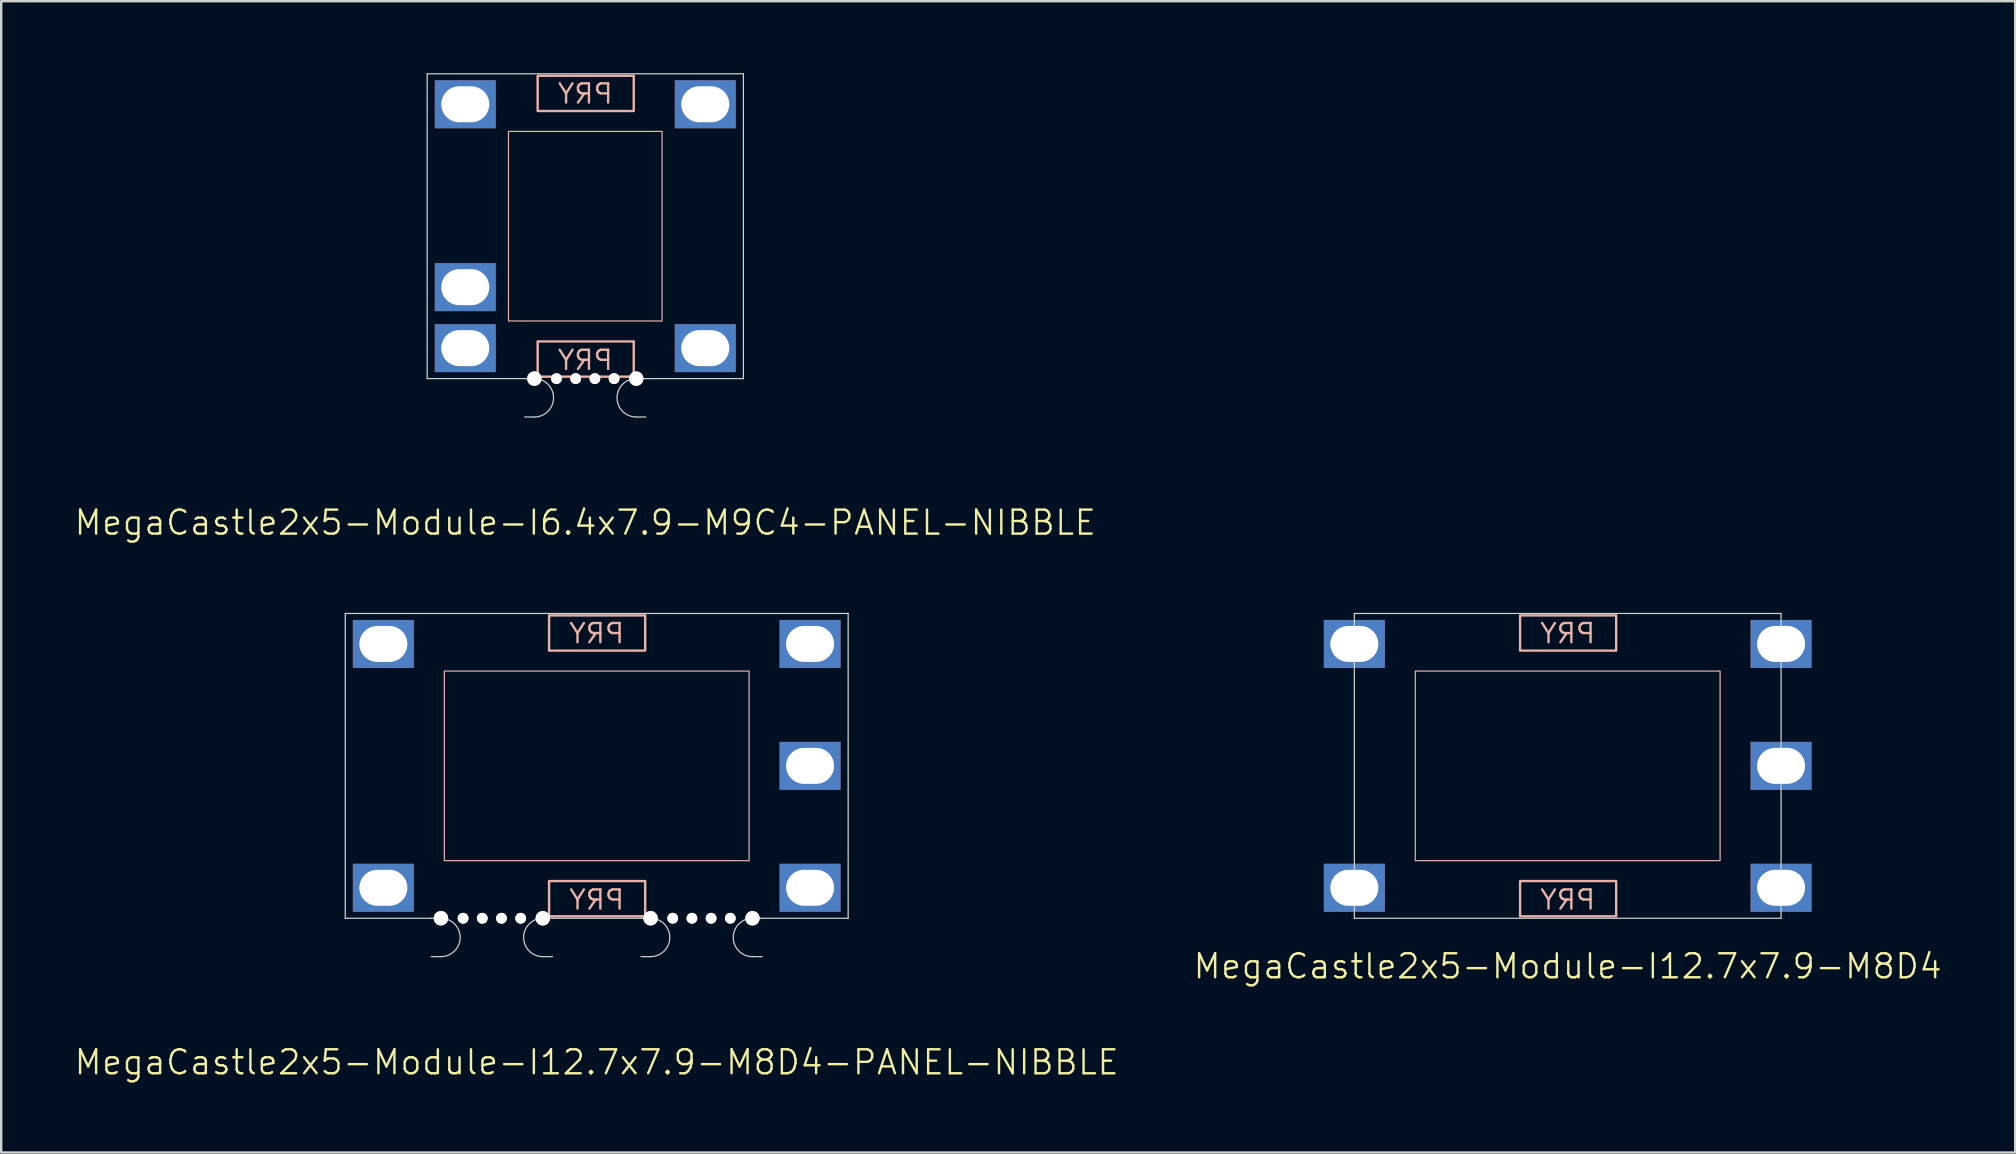
<source format=kicad_pcb>
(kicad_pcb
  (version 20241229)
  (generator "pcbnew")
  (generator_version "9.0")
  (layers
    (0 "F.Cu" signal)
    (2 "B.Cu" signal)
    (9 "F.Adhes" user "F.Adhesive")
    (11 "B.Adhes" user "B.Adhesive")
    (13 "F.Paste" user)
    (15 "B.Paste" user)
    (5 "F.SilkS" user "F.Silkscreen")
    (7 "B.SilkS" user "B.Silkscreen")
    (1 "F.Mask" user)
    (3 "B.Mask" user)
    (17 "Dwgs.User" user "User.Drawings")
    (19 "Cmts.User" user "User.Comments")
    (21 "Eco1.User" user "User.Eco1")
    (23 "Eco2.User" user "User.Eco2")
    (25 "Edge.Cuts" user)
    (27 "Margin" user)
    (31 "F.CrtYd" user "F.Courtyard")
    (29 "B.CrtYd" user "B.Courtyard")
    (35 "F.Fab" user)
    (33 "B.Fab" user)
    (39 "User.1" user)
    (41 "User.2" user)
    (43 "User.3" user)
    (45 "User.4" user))
  (footprint "MegaCastle2x5-Module-I12.7x7.9-M8D4-PANEL-NIBBLE"
    (layer "F.Cu")
    (at 21.812 28.86)
    (property "Reference" "MegaCastle2x5-Module-I12.7x7.9-M8D4-PANEL-NIBBLE" (at 0 12.35 0) (unlocked yes) (layer "F.SilkS") (effects (font (size 1 1) (thickness 0.1))))
    (attr smd)
    (fp_rect (start -6.35 3.95) (end 6.35 -3.95) (stroke (width 0.05) (type default)) (fill no) (layer "B.SilkS"))
    (fp_rect (start -1.984 -4.801) (end 2.02 -6.27) (stroke (width 0.1) (type default)) (fill no) (layer "B.SilkS"))
    (fp_rect (start -1.984 4.801) (end 2.02 6.27) (stroke (width 0.1) (type default)) (fill no) (layer "B.SilkS"))
    (fp_line (start -10.477 -6.35) (end -10.477 6.35) (stroke (width 0.05) (type default)) (layer "Edge.Cuts"))
    (fp_line (start -10.477 -6.35) (end 10.477 -6.35) (stroke (width 0.05) (type default)) (layer "Edge.Cuts"))
    (fp_line (start -10.477 6.35) (end -6.89 6.35) (stroke (width 0.05) (type default)) (layer "Edge.Cuts"))
    (fp_line (start -6.89 6.35) (end -6.49 6.35) (stroke (width 0.05) (type default)) (layer "Edge.Cuts"))
    (fp_line (start -6.89 7.95) (end -6.49 7.95) (stroke (width 0.05) (type default)) (layer "Edge.Cuts"))
    (fp_line (start -1.845 6.35) (end -2.245 6.35) (stroke (width 0.05) (type default)) (layer "Edge.Cuts"))
    (fp_line (start -1.845 6.35) (end 1.845 6.35) (stroke (width 0.05) (type default)) (layer "Edge.Cuts"))
    (fp_line (start -1.845 7.95) (end -2.245 7.95) (stroke (width 0.05) (type default)) (layer "Edge.Cuts"))
    (fp_line (start 1.845 6.35) (end 2.245 6.35) (stroke (width 0.05) (type default)) (layer "Edge.Cuts"))
    (fp_line (start 1.845 7.95) (end 2.245 7.95) (stroke (width 0.05) (type default)) (layer "Edge.Cuts"))
    (fp_line (start 6.89 6.35) (end 6.49 6.35) (stroke (width 0.05) (type default)) (layer "Edge.Cuts"))
    (fp_line (start 6.89 6.35) (end 10.477 6.35) (stroke (width 0.05) (type default)) (layer "Edge.Cuts"))
    (fp_line (start 6.89 7.95) (end 6.49 7.95) (stroke (width 0.05) (type default)) (layer "Edge.Cuts"))
    (fp_line (start 10.477 -6.35) (end 10.477 6.35) (stroke (width 0.05) (type default)) (layer "Edge.Cuts"))
    (fp_arc (start -6.49 6.35) (mid -5.69 7.15) (end -6.49 7.95) (stroke (width 0.05) (type default)) (layer "Edge.Cuts"))
    (fp_arc (start -2.245 7.95) (mid -3.045 7.15) (end -2.245 6.35) (stroke (width 0.05) (type default)) (layer "Edge.Cuts"))
    (fp_arc (start 2.245 6.35) (mid 3.045 7.15) (end 2.245 7.95) (stroke (width 0.05) (type default)) (layer "Edge.Cuts"))
    (fp_arc (start 6.49 7.95) (mid 5.69 7.15) (end 6.49 6.35) (stroke (width 0.05) (type default)) (layer "Edge.Cuts"))
    (fp_text user "PRY" (at 0 -5.05 0) (unlocked yes) (layer "B.SilkS") (effects (font (size 0.8 0.8) (thickness 0.1)) (justify bottom mirror)))
    (fp_text user "PRY" (at 0 6.05 0) (unlocked yes) (layer "B.SilkS") (effects (font (size 0.8 0.8) (thickness 0.1)) (justify bottom mirror)))
    (pad "" np_thru_hole circle (at -6.49 6.35) (size 0.6 0.6) (drill 0.6) (layers "*.Cu" "Edge.Cuts"))
    (pad "" np_thru_hole circle (at -5.567 6.35) (size 0.45 0.45) (drill 0.45) (layers "*.Cu" "Edge.Cuts"))
    (pad "" np_thru_hole circle (at -4.768 6.35) (size 0.45 0.45) (drill 0.45) (layers "*.Cu" "Edge.Cuts"))
    (pad "" np_thru_hole circle (at -3.967 6.35) (size 0.45 0.45) (drill 0.45) (layers "*.Cu" "Edge.Cuts"))
    (pad "" np_thru_hole circle (at -3.167 6.35) (size 0.45 0.45) (drill 0.45) (layers "*.Cu" "Edge.Cuts"))
    (pad "" np_thru_hole circle (at -2.245 6.35) (size 0.6 0.6) (drill 0.6) (layers "*.Cu" "Edge.Cuts"))
    (pad "" np_thru_hole circle (at 2.245 6.35) (size 0.6 0.6) (drill 0.6) (layers "*.Cu" "Edge.Cuts"))
    (pad "" np_thru_hole circle (at 3.167 6.35) (size 0.45 0.45) (drill 0.45) (layers "*.Cu" "Edge.Cuts"))
    (pad "" np_thru_hole circle (at 3.967 6.35) (size 0.45 0.45) (drill 0.45) (layers "*.Cu" "Edge.Cuts"))
    (pad "" np_thru_hole circle (at 4.767 6.35) (size 0.45 0.45) (drill 0.45) (layers "*.Cu" "Edge.Cuts"))
    (pad "" np_thru_hole circle (at 5.567 6.35) (size 0.45 0.45) (drill 0.45) (layers "*.Cu" "Edge.Cuts"))
    (pad "" np_thru_hole circle (at 6.49 6.35) (size 0.6 0.6) (drill 0.6) (layers "*.Cu" "Edge.Cuts"))
    (pad "1" thru_hole rect (at -8.89 -5.08) (size 2.54 2) (drill oval 2 1.5) (property pad_prop_castellated) (layers "*.Cu" "*.Mask"))
    (pad "5" thru_hole rect (at -8.89 5.08) (size 2.54 2) (drill oval 2 1.5) (property pad_prop_castellated) (layers "*.Cu" "*.Mask"))
    (pad "6" thru_hole rect (at 8.89 -5.08) (size 2.54 2) (drill oval 2 1.5) (property pad_prop_castellated) (layers "*.Cu" "*.Mask"))
    (pad "8" thru_hole rect (at 8.89 0) (size 2.54 2) (drill oval 2 1.5) (property pad_prop_castellated) (layers "*.Cu" "*.Mask"))
    (pad "10" thru_hole rect (at 8.89 5.08) (size 2.54 2) (drill oval 2 1.5) (property pad_prop_castellated) (layers "*.Cu" "*.Mask"))
    (zone (net_name "") (layer "B.Cu") (hatch edge 0.5) (connect_pads) (min_thickness 0.25) (filled_areas_thickness no) (keepout (tracks allowed) (vias allowed) (pads allowed) (copperpour allowed) (footprints not_allowed)) (placement (enabled no)) (fill) (polygon (pts (xy 12.922 35.211) (xy 12.922 22.511) (xy 15.462 22.511) (xy 15.462 35.211))))
    (zone (net_name "") (layer "B.Cu") (hatch edge 0.5) (connect_pads) (min_thickness 0.25) (filled_areas_thickness no) (keepout (tracks allowed) (vias allowed) (pads allowed) (copperpour allowed) (footprints not_allowed)) (placement (enabled no)) (fill) (polygon (pts (xy 15.462 22.511) (xy 15.462 24.91) (xy 28.162 24.91) (xy 28.162 22.511))))
    (zone (net_name "") (layer "B.Cu") (hatch edge 0.5) (connect_pads) (min_thickness 0.25) (filled_areas_thickness no) (keepout (tracks allowed) (vias allowed) (pads allowed) (copperpour allowed) (footprints not_allowed)) (placement (enabled no)) (fill) (polygon (pts (xy 15.462 35.211) (xy 15.462 32.81) (xy 28.162 32.81) (xy 28.162 35.211))))
    (zone (net_name "") (layer "B.Cu") (name "Upper Pry Zone") (hatch edge 0.5) (connect_pads) (min_thickness 0.25) (filled_areas_thickness no) (keepout (tracks not_allowed) (vias not_allowed) (pads not_allowed) (copperpour allowed) (footprints not_allowed)) (placement (enabled no)) (fill) (polygon (pts (xy 19.828 24.059) (xy 19.828 22.59) (xy 23.831 22.59) (xy 23.831 24.059))))
    (zone (net_name "") (layer "B.Cu") (name "Upper Pry Zone") (hatch edge 0.5) (connect_pads) (min_thickness 0.25) (filled_areas_thickness no) (keepout (tracks not_allowed) (vias not_allowed) (pads not_allowed) (copperpour allowed) (footprints not_allowed)) (placement (enabled no)) (fill) (polygon (pts (xy 19.828 33.662) (xy 19.828 35.13) (xy 23.831 35.13) (xy 23.831 33.662))))
    (zone (net_name "") (layer "B.Cu") (hatch edge 0.5) (connect_pads) (min_thickness 0.25) (filled_areas_thickness no) (keepout (tracks allowed) (vias allowed) (pads allowed) (copperpour allowed) (footprints not_allowed)) (placement (enabled no)) (fill) (polygon (pts (xy 30.702 35.211) (xy 30.702 22.511) (xy 28.162 22.511) (xy 28.162 35.211)))))
  (footprint "MegaCastle2x5-Module-I6.4x7.9-M9C4-PANEL-NIBBLE"
    (layer "F.Cu")
    (at 21.336 6.375)
    (property "Reference" "MegaCastle2x5-Module-I6.4x7.9-M9C4-PANEL-NIBBLE" (at 0 12.35 0) (unlocked yes) (layer "F.SilkS") (effects (font (size 1 1) (thickness 0.1))))
    (attr smd)
    (fp_rect (start -3.2 3.95) (end 3.2 -3.95) (stroke (width 0.05) (type default)) (fill no) (layer "B.SilkS"))
    (fp_rect (start -1.984 -4.801) (end 2.02 -6.27) (stroke (width 0.1) (type default)) (fill no) (layer "B.SilkS"))
    (fp_rect (start -1.984 4.801) (end 2.02 6.27) (stroke (width 0.1) (type default)) (fill no) (layer "B.SilkS"))
    (fp_line (start -6.588 -6.35) (end -6.588 6.35) (stroke (width 0.05) (type default)) (layer "Edge.Cuts"))
    (fp_line (start -6.588 -6.35) (end 6.588 -6.35) (stroke (width 0.05) (type default)) (layer "Edge.Cuts"))
    (fp_line (start -6.588 6.35) (end -2.522 6.35) (stroke (width 0.05) (type default)) (layer "Edge.Cuts"))
    (fp_line (start -2.522 6.35) (end -2.123 6.35) (stroke (width 0.05) (type default)) (layer "Edge.Cuts"))
    (fp_line (start -2.522 7.95) (end -2.123 7.95) (stroke (width 0.05) (type default)) (layer "Edge.Cuts"))
    (fp_line (start 2.522 6.35) (end 2.123 6.35) (stroke (width 0.05) (type default)) (layer "Edge.Cuts"))
    (fp_line (start 2.522 6.35) (end 6.588 6.35) (stroke (width 0.05) (type default)) (layer "Edge.Cuts"))
    (fp_line (start 2.522 7.95) (end 2.123 7.95) (stroke (width 0.05) (type default)) (layer "Edge.Cuts"))
    (fp_line (start 6.588 -6.35) (end 6.588 6.35) (stroke (width 0.05) (type default)) (layer "Edge.Cuts"))
    (fp_arc (start -2.1225 6.35) (mid -1.3225 7.15) (end -2.1225 7.95) (stroke (width 0.05) (type default)) (layer "Edge.Cuts"))
    (fp_arc (start 2.1225 7.95) (mid 1.3225 7.15) (end 2.1225 6.35) (stroke (width 0.05) (type default)) (layer "Edge.Cuts"))
    (fp_text user "PRY" (at 0 6.05 0) (unlocked yes) (layer "B.SilkS") (effects (font (size 0.8 0.8) (thickness 0.1)) (justify bottom mirror)))
    (fp_text user "PRY" (at 0 -5.05 0) (unlocked yes) (layer "B.SilkS") (effects (font (size 0.8 0.8) (thickness 0.1)) (justify bottom mirror)))
    (pad "" np_thru_hole circle (at -2.123 6.35) (size 0.6 0.6) (drill 0.6) (layers "*.Cu" "Edge.Cuts"))
    (pad "" np_thru_hole circle (at -1.2 6.35) (size 0.45 0.45) (drill 0.45) (layers "*.Cu" "Edge.Cuts"))
    (pad "" np_thru_hole circle (at -0.4 6.35) (size 0.45 0.45) (drill 0.45) (layers "*.Cu" "Edge.Cuts"))
    (pad "" np_thru_hole circle (at 0.4 6.35) (size 0.45 0.45) (drill 0.45) (layers "*.Cu" "Edge.Cuts"))
    (pad "" np_thru_hole circle (at 1.2 6.35) (size 0.45 0.45) (drill 0.45) (layers "*.Cu" "Edge.Cuts"))
    (pad "" np_thru_hole circle (at 2.123 6.35) (size 0.6 0.6) (drill 0.6) (layers "*.Cu" "Edge.Cuts"))
    (pad "1" thru_hole rect (at -5 -5.08) (size 2.54 2) (drill oval 2 1.5) (property pad_prop_castellated) (layers "*.Cu" "*.Mask"))
    (pad "4" thru_hole rect (at -5 2.54) (size 2.54 2) (drill oval 2 1.5) (property pad_prop_castellated) (layers "*.Cu" "*.Mask"))
    (pad "5" thru_hole rect (at -5 5.08) (size 2.54 2) (drill oval 2 1.5) (property pad_prop_castellated) (layers "*.Cu" "*.Mask"))
    (pad "6" thru_hole rect (at 5 -5.08) (size 2.54 2) (drill oval 2 1.5) (property pad_prop_castellated) (layers "*.Cu" "*.Mask"))
    (pad "10" thru_hole rect (at 5 5.08) (size 2.54 2) (drill oval 2 1.5) (property pad_prop_castellated) (layers "*.Cu" "*.Mask"))
    (zone (net_name "") (layer "B.Cu") (hatch edge 0.5) (connect_pads) (min_thickness 0.25) (filled_areas_thickness no) (keepout (tracks allowed) (vias allowed) (pads allowed) (copperpour allowed) (footprints not_allowed)) (placement (enabled no)) (fill) (polygon (pts (xy 16.336 12.725) (xy 16.336 0.025) (xy 18.136 0.025) (xy 18.136 12.725))))
    (zone (net_name "") (layer "B.Cu") (hatch edge 0.5) (connect_pads) (min_thickness 0.25) (filled_areas_thickness no) (keepout (tracks allowed) (vias allowed) (pads allowed) (copperpour allowed) (footprints not_allowed)) (placement (enabled no)) (fill) (polygon (pts (xy 18.136 0.025) (xy 18.136 2.425) (xy 24.536 2.425) (xy 24.536 0.025))))
    (zone (net_name "") (layer "B.Cu") (hatch edge 0.5) (connect_pads) (min_thickness 0.25) (filled_areas_thickness no) (keepout (tracks allowed) (vias allowed) (pads allowed) (copperpour allowed) (footprints not_allowed)) (placement (enabled no)) (fill) (polygon (pts (xy 18.136 12.725) (xy 18.136 10.325) (xy 24.536 10.325) (xy 24.536 12.725))))
    (zone (net_name "") (layer "B.Cu") (name "Upper Pry Zone") (hatch edge 0.5) (connect_pads) (min_thickness 0.25) (filled_areas_thickness no) (keepout (tracks not_allowed) (vias not_allowed) (pads not_allowed) (copperpour allowed) (footprints not_allowed)) (placement (enabled no)) (fill) (polygon (pts (xy 19.351 1.574) (xy 19.351 0.105) (xy 23.355 0.105) (xy 23.355 1.574))))
    (zone (net_name "") (layer "B.Cu") (name "Upper Pry Zone") (hatch edge 0.5) (connect_pads) (min_thickness 0.25) (filled_areas_thickness no) (keepout (tracks not_allowed) (vias not_allowed) (pads not_allowed) (copperpour allowed) (footprints not_allowed)) (placement (enabled no)) (fill) (polygon (pts (xy 19.351 11.176) (xy 19.351 12.645) (xy 23.355 12.645) (xy 23.355 11.176))))
    (zone (net_name "") (layer "B.Cu") (hatch edge 0.5) (connect_pads) (min_thickness 0.25) (filled_areas_thickness no) (keepout (tracks allowed) (vias allowed) (pads allowed) (copperpour allowed) (footprints not_allowed)) (placement (enabled no)) (fill) (polygon (pts (xy 26.336 12.725) (xy 26.336 0.025) (xy 24.536 0.025) (xy 24.536 12.725)))))
  (footprint "MegaCastle2x5-Module-I12.7x7.9-M8D4"
    (layer "F.Cu")
    (at 62.269 28.86)
    (property "Reference" "MegaCastle2x5-Module-I12.7x7.9-M8D4" (at 0 8.35 0) (unlocked yes) (layer "F.SilkS") (effects (font (size 1 1) (thickness 0.1))))
    (attr smd)
    (fp_rect (start -6.35 3.95) (end 6.35 -3.95) (stroke (width 0.05) (type default)) (fill no) (layer "B.SilkS"))
    (fp_rect (start -1.984 -4.801) (end 2.02 -6.27) (stroke (width 0.1) (type default)) (fill no) (layer "B.SilkS"))
    (fp_rect (start -1.984 4.801) (end 2.02 6.27) (stroke (width 0.1) (type default)) (fill no) (layer "B.SilkS"))
    (fp_line (start -8.89 -6.35) (end -8.89 6.35) (stroke (width 0.05) (type default)) (layer "Edge.Cuts"))
    (fp_line (start -8.89 -6.35) (end 8.89 -6.35) (stroke (width 0.05) (type default)) (layer "Edge.Cuts"))
    (fp_line (start -8.89 6.35) (end 8.89 6.35) (stroke (width 0.05) (type default)) (layer "Edge.Cuts"))
    (fp_line (start 8.89 -6.35) (end 8.89 6.35) (stroke (width 0.05) (type default)) (layer "Edge.Cuts"))
    (fp_text user "PRY" (at 0 -5.05 0) (unlocked yes) (layer "B.SilkS") (effects (font (size 0.8 0.8) (thickness 0.1)) (justify bottom mirror)))
    (fp_text user "PRY" (at 0 6.05 0) (unlocked yes) (layer "B.SilkS") (effects (font (size 0.8 0.8) (thickness 0.1)) (justify bottom mirror)))
    (pad "1" thru_hole rect (at -8.89 -5.08) (size 2.54 2) (drill oval 2 1.5) (property pad_prop_castellated) (layers "*.Cu" "*.Mask"))
    (pad "5" thru_hole rect (at -8.89 5.08) (size 2.54 2) (drill oval 2 1.5) (property pad_prop_castellated) (layers "*.Cu" "*.Mask"))
    (pad "6" thru_hole rect (at 8.89 -5.08) (size 2.54 2) (drill oval 2 1.5) (property pad_prop_castellated) (layers "*.Cu" "*.Mask"))
    (pad "8" thru_hole rect (at 8.89 0) (size 2.54 2) (drill oval 2 1.5) (property pad_prop_castellated) (layers "*.Cu" "*.Mask"))
    (pad "10" thru_hole rect (at 8.89 5.08) (size 2.54 2) (drill oval 2 1.5) (property pad_prop_castellated) (layers "*.Cu" "*.Mask"))
    (zone (net_name "") (layer "B.Cu") (hatch edge 0.5) (connect_pads) (min_thickness 0.25) (filled_areas_thickness no) (keepout (tracks allowed) (vias allowed) (pads allowed) (copperpour allowed) (footprints not_allowed)) (placement (enabled no)) (fill) (polygon (pts (xy 53.379 35.211) (xy 53.379 22.511) (xy 55.919 22.511) (xy 55.919 35.211))))
    (zone (net_name "") (layer "B.Cu") (hatch edge 0.5) (connect_pads) (min_thickness 0.25) (filled_areas_thickness no) (keepout (tracks allowed) (vias allowed) (pads allowed) (copperpour allowed) (footprints not_allowed)) (placement (enabled no)) (fill) (polygon (pts (xy 55.919 22.511) (xy 55.919 24.91) (xy 68.619 24.91) (xy 68.619 22.511))))
    (zone (net_name "") (layer "B.Cu") (hatch edge 0.5) (connect_pads) (min_thickness 0.25) (filled_areas_thickness no) (keepout (tracks allowed) (vias allowed) (pads allowed) (copperpour allowed) (footprints not_allowed)) (placement (enabled no)) (fill) (polygon (pts (xy 55.919 35.211) (xy 55.919 32.81) (xy 68.619 32.81) (xy 68.619 35.211))))
    (zone (net_name "") (layer "B.Cu") (name "Upper Pry Zone") (hatch edge 0.5) (connect_pads) (min_thickness 0.25) (filled_areas_thickness no) (keepout (tracks not_allowed) (vias not_allowed) (pads not_allowed) (copperpour allowed) (footprints not_allowed)) (placement (enabled no)) (fill) (polygon (pts (xy 60.285 24.059) (xy 60.285 22.59) (xy 64.289 22.59) (xy 64.289 24.059))))
    (zone (net_name "") (layer "B.Cu") (name "Upper Pry Zone") (hatch edge 0.5) (connect_pads) (min_thickness 0.25) (filled_areas_thickness no) (keepout (tracks not_allowed) (vias not_allowed) (pads not_allowed) (copperpour allowed) (footprints not_allowed)) (placement (enabled no)) (fill) (polygon (pts (xy 60.285 33.662) (xy 60.285 35.13) (xy 64.289 35.13) (xy 64.289 33.662))))
    (zone (net_name "") (layer "B.Cu") (hatch edge 0.5) (connect_pads) (min_thickness 0.25) (filled_areas_thickness no) (keepout (tracks allowed) (vias allowed) (pads allowed) (copperpour allowed) (footprints not_allowed)) (placement (enabled no)) (fill) (polygon (pts (xy 71.159 35.211) (xy 71.159 22.511) (xy 68.619 22.511) (xy 68.619 35.211)))))
  (gr_rect
    (start -3 -3)
    (end 80.914 44.971)
    (stroke (width 0.1) (type default))
    (fill no)
    (layer "Edge.Cuts")))
</source>
